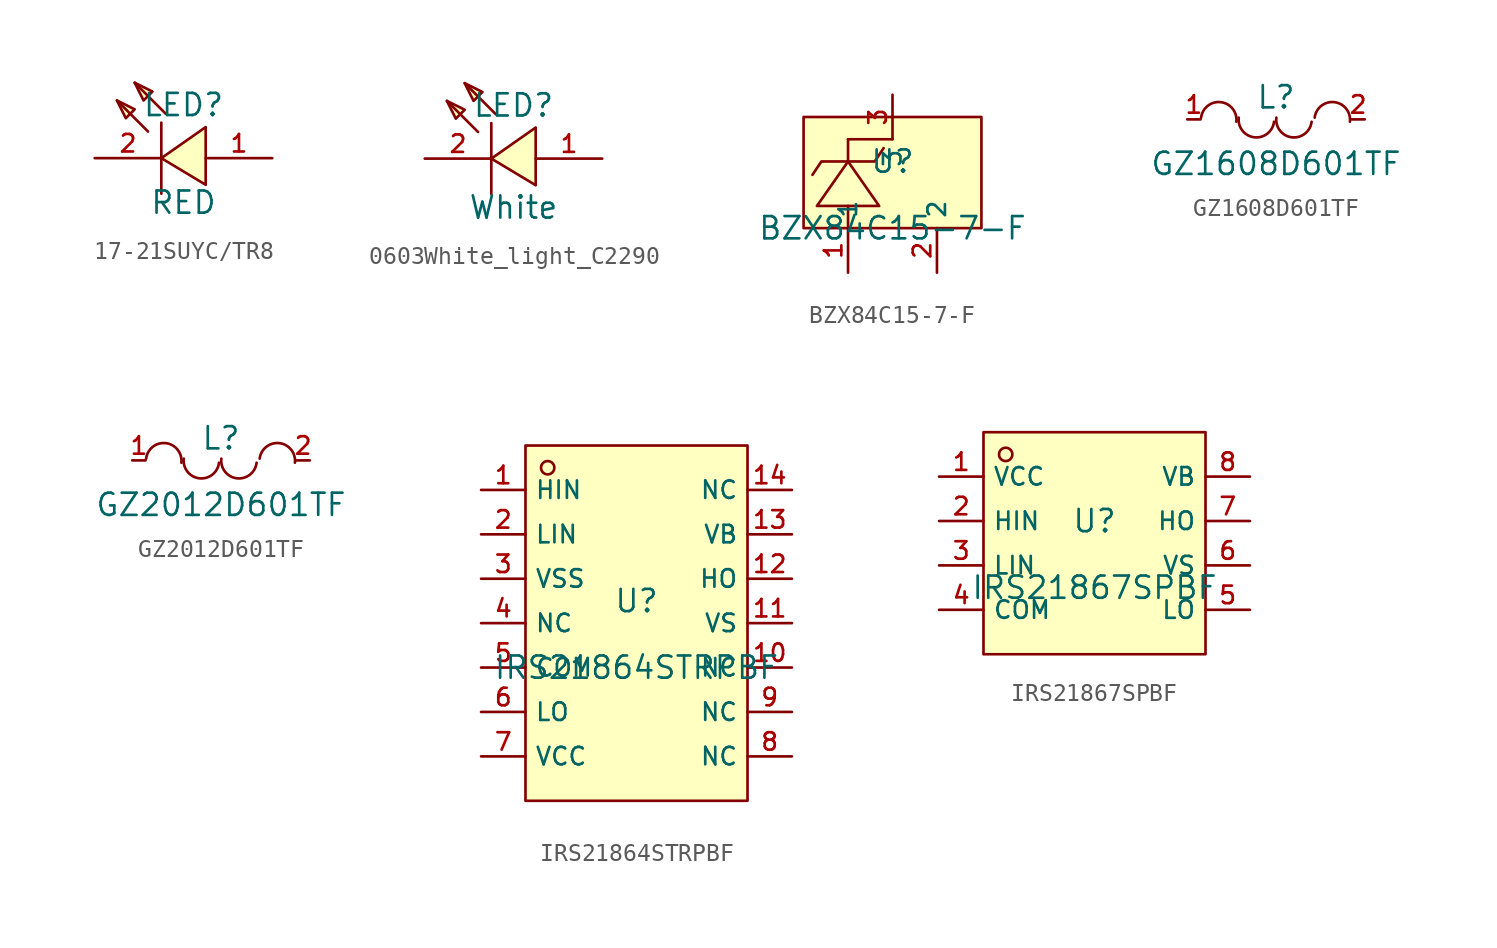
<source format=kicad_sym>
(kicad_symbol_lib
  (version 20231120)
  (generator "kicad_symbol_editor")
  (generator_version "8.0")
  (symbol "17-21SUYC/TR8"
    (pin_names hide)
    (property "Reference" "LED"
      (at 0 3.048 0)
      (effects (font (size 1.27 1.27))))
    (property "Value" "RED"
      (at 0 -2.54 0)
      (effects (font (size 1.27 1.27))))
    (symbol "17-21SUYC/TR8_0_1"
      (polyline (pts (xy -2.032 1.524) (xy -3.81 3.302)) (stroke (width 0) (type default)) (fill (type none)))
      (polyline (pts (xy -1.27 2.032) (xy -1.27 -2.032)) (stroke (width 0) (type default)) (fill (type none)))
      (polyline (pts (xy -1.016 2.54) (xy -2.794 4.318)) (stroke (width 0) (type default)) (fill (type none)))
      (polyline (pts (xy -3.81 3.302) (xy -2.794 2.794) (xy -3.302 2.286) (xy -3.81 3.302)) (stroke (width 0) (type default)) (fill (type background)))
      (polyline (pts (xy -2.794 4.318) (xy -1.778 3.81) (xy -2.286 3.302) (xy -2.794 4.318)) (stroke (width 0) (type default)) (fill (type background)))
      (polyline (pts (xy 1.27 -1.524) (xy -1.27 0) (xy 1.27 1.778) (xy 1.27 -1.524)) (stroke (width 0) (type default)) (fill (type background)))
      (pin passive line (at 5.08 0 180) (length 3.81) (name "+" (effects (font (size 1 1)))) (number "1" (effects (font (size 1 1)))))
      (pin passive line (at -5.08 0 0) (length 3.81) (name "-" (effects (font (size 1 1)))) (number "2" (effects (font (size 1 1)))))))
  (symbol "0603White_light_C2290"
    (pin_names hide)
    (property "Reference" "LED"
      (at 0 1.778 0)
      (effects (font (size 1.27 1.27))))
    (property "Value" "White"
      (at 0 -4.064 0)
      (effects (font (size 1.27 1.27))))
    (symbol "0603White_light_C2290_0_1"
      (polyline (pts (xy -2.032 0.254) (xy -3.81 2.032)) (stroke (width 0) (type default)) (fill (type none)))
      (polyline (pts (xy -1.27 0.762) (xy -1.27 -3.302)) (stroke (width 0) (type default)) (fill (type none)))
      (polyline (pts (xy -1.016 1.27) (xy -2.794 3.048)) (stroke (width 0) (type default)) (fill (type none)))
      (polyline (pts (xy -3.81 2.032) (xy -2.794 1.524) (xy -3.302 1.016) (xy -3.81 2.032)) (stroke (width 0) (type default)) (fill (type background)))
      (polyline (pts (xy -2.794 3.048) (xy -1.778 2.54) (xy -2.286 2.032) (xy -2.794 3.048)) (stroke (width 0) (type default)) (fill (type background)))
      (polyline (pts (xy 1.27 -2.794) (xy -1.27 -1.27) (xy 1.27 0.508) (xy 1.27 -2.794)) (stroke (width 0) (type default)) (fill (type background)))
      (pin passive line (at 5.08 -1.27 180) (length 3.81) (name "A" (effects (font (size 1 1)))) (number "1" (effects (font (size 1 1)))))
      (pin passive line (at -5.08 -1.27 0) (length 3.81) (name "K" (effects (font (size 1 1)))) (number "2" (effects (font (size 1 1)))))))
  (symbol "BZX84C15-7-F"
    (property "Reference" "U"
      (at 0 1.27 0)
      (effects (font (size 1.27 1.27))))
    (property "Value" "BZX84C15-7-F"
      (at 0 -2.54 0)
      (effects (font (size 1.27 1.27))))
    (symbol "BZX84C15-7-F_0_1"
      (polyline (pts (xy -2.54 2.54) (xy 0.0 2.54)) (stroke (width 0) (type default) (color 0 0 0 0)) (fill (type none)))
      (rectangle (start -5.08 3.81) (end 5.08 -2.54) (stroke (width 0) (type default) (color 0 0 0 0)) (fill (type background)))
      (pin unspecified line (at 2.54 -5.08 90) (length 2.54) (name "2" (effects (font (size 1 1)))) (number "2" (effects (font (size 1 1)))))
      (pin unspecified line (at -2.54 -5.08 90) (length 2.54) (name "1" (effects (font (size 1 1)))) (number "1" (effects (font (size 1 1)))))
      (pin unspecified line (at 0.0 5.08 270) (length 2.54) (name "3" (effects (font (size 1 1)))) (number "3" (effects (font (size 1 1)))))
      (polyline (pts (xy -0.762 -1.27) (xy -2.54 1.27) (xy -4.318 -1.27) (xy -0.762 -1.27)) (stroke (width 0) (type default) (color 0 0 0 0)) (fill (type background)))
      (polyline (pts (xy -0.508 2.032) (xy -1.016 1.27) (xy -4.064 1.27) (xy -4.572 0.508)) (stroke (width 0) (type default) (color 0 0 0 0)) (fill (type none)))
      (polyline (pts (xy -2.54 -2.54) (xy -2.54 -1.27)) (stroke (width 0) (type default) (color 0 0 0 0)) (fill (type none)))
      (polyline (pts (xy -2.54 1.27) (xy -2.54 2.54)) (stroke (width 0) (type default) (color 0 0 0 0)) (fill (type none)))))
  (symbol "GZ1608D601TF"
    (pin_names hide)
    (property "Reference" "L"
      (at 0 1.27 0)
      (effects (font (size 1.27 1.27))))
    (property "Value" "GZ1608D601TF"
      (at 0 -2.54 0)
      (effects (font (size 1.27 1.27))))
    (symbol "GZ1608D601TF_0_1"
      (arc (start -2.2674 -0.1341) (mid -3.1595 0.9883) (end -4.2858 0.1011) (stroke (width 0) (type default)) (fill (type none)))
      (arc (start -2.1318 0.1001) (mid -1.2405 -1.0269) (end -0.1135 -0.1357) (stroke (width 0) (type default)) (fill (type none)))
      (arc (start 0.0196 0.1001) (mid 0.9108 -1.0268) (end 2.0378 -0.1357) (stroke (width 0) (type default)) (fill (type none)))
      (arc (start 4.2312 -0.1341) (mid 3.339 0.9884) (end 2.2128 0.1011) (stroke (width 0) (type default)) (fill (type none)))
      (pin passive line (at -5.08 0 0) (length 0.762) (name "1" (effects (font (size 1 1)))) (number "1" (effects (font (size 1 1)))))
      (pin passive line (at 5.08 0 180) (length 0.762) (name "2" (effects (font (size 1 1)))) (number "2" (effects (font (size 1 1)))))))
  (symbol "GZ2012D601TF"
    (pin_names hide)
    (property "Reference" "L"
      (at 0 1.27 0)
      (effects (font (size 1.27 1.27))))
    (property "Value" "GZ2012D601TF"
      (at 0 -2.54 0)
      (effects (font (size 1.27 1.27))))
    (symbol "GZ2012D601TF_0_1"
      (arc (start -2.2674 -0.1341) (mid -3.1595 0.9883) (end -4.2858 0.1011) (stroke (width 0) (type default)) (fill (type none)))
      (arc (start -2.1318 0.1001) (mid -1.2405 -1.0269) (end -0.1135 -0.1357) (stroke (width 0) (type default)) (fill (type none)))
      (arc (start 0.0196 0.1001) (mid 0.9108 -1.0268) (end 2.0378 -0.1357) (stroke (width 0) (type default)) (fill (type none)))
      (arc (start 4.2312 -0.1341) (mid 3.339 0.9884) (end 2.2128 0.1011) (stroke (width 0) (type default)) (fill (type none)))
      (pin passive line (at -5.08 0 0) (length 0.762) (name "1" (effects (font (size 1 1)))) (number "1" (effects (font (size 1 1)))))
      (pin passive line (at 5.08 0 180) (length 0.762) (name "2" (effects (font (size 1 1)))) (number "2" (effects (font (size 1 1)))))))
  (symbol "IRS21864STRPBF"
    (property "Reference" "U"
      (at 0 1.27 0)
      (effects (font (size 1.27 1.27))))
    (property "Value" "IRS21864STRPBF"
      (at 0 -2.54 0)
      (effects (font (size 1.27 1.27))))
    (symbol "IRS21864STRPBF_0_1"
      (rectangle (start -6.35 10.16) (end 6.35 -10.16) (stroke (width 0) (type default) (color 0 0 0 0)) (fill (type background)))
      (circle (center -5.08 8.89) (radius 0.381) (stroke (width 0) (type default) (color 0 0 0 0)) (fill (type background)))
      (pin unspecified line (at -8.89 7.62 0) (length 2.54) (name "HIN" (effects (font (size 1 1)))) (number "1" (effects (font (size 1 1)))))
      (pin unspecified line (at -8.89 5.08 0) (length 2.54) (name "LIN" (effects (font (size 1 1)))) (number "2" (effects (font (size 1 1)))))
      (pin unspecified line (at -8.89 2.54 0) (length 2.54) (name "VSS" (effects (font (size 1 1)))) (number "3" (effects (font (size 1 1)))))
      (pin unspecified line (at -8.89 -0.0 0) (length 2.54) (name "NC" (effects (font (size 1 1)))) (number "4" (effects (font (size 1 1)))))
      (pin unspecified line (at -8.89 -2.54 0) (length 2.54) (name "COM" (effects (font (size 1 1)))) (number "5" (effects (font (size 1 1)))))
      (pin unspecified line (at -8.89 -5.08 0) (length 2.54) (name "LO" (effects (font (size 1 1)))) (number "6" (effects (font (size 1 1)))))
      (pin unspecified line (at -8.89 -7.62 0) (length 2.54) (name "VCC" (effects (font (size 1 1)))) (number "7" (effects (font (size 1 1)))))
      (pin unspecified line (at 8.89 -7.62 180) (length 2.54) (name "NC" (effects (font (size 1 1)))) (number "8" (effects (font (size 1 1)))))
      (pin unspecified line (at 8.89 -5.08 180) (length 2.54) (name "NC" (effects (font (size 1 1)))) (number "9" (effects (font (size 1 1)))))
      (pin unspecified line (at 8.89 -2.54 180) (length 2.54) (name "NC" (effects (font (size 1 1)))) (number "10" (effects (font (size 1 1)))))
      (pin unspecified line (at 8.89 -0.0 180) (length 2.54) (name "VS" (effects (font (size 1 1)))) (number "11" (effects (font (size 1 1)))))
      (pin unspecified line (at 8.89 2.54 180) (length 2.54) (name "HO" (effects (font (size 1 1)))) (number "12" (effects (font (size 1 1)))))
      (pin unspecified line (at 8.89 5.08 180) (length 2.54) (name "VB" (effects (font (size 1 1)))) (number "13" (effects (font (size 1 1)))))
      (pin unspecified line (at 8.89 7.62 180) (length 2.54) (name "NC" (effects (font (size 1 1)))) (number "14" (effects (font (size 1 1)))))))
  (symbol "IRS21867SPBF"
    (property "Reference" "U"
      (at 0 1.27 0)
      (effects (font (size 1.27 1.27))))
    (property "Value" "IRS21867SPBF"
      (at 0 -2.54 0)
      (effects (font (size 1.27 1.27))))
    (symbol "IRS21867SPBF_0_1"
      (rectangle (start -6.35 6.35) (end 6.35 -6.35) (stroke (width 0) (type default) (color 0 0 0 0)) (fill (type background)))
      (circle (center -5.08 5.08) (radius 0.381) (stroke (width 0) (type default) (color 0 0 0 0)) (fill (type background)))
      (pin unspecified line (at -8.89 3.81 0) (length 2.54) (name "VCC" (effects (font (size 1 1)))) (number "1" (effects (font (size 1 1)))))
      (pin unspecified line (at -8.89 1.27 0) (length 2.54) (name "HIN" (effects (font (size 1 1)))) (number "2" (effects (font (size 1 1)))))
      (pin unspecified line (at -8.89 -1.27 0) (length 2.54) (name "LIN" (effects (font (size 1 1)))) (number "3" (effects (font (size 1 1)))))
      (pin unspecified line (at -8.89 -3.81 0) (length 2.54) (name "COM" (effects (font (size 1 1)))) (number "4" (effects (font (size 1 1)))))
      (pin unspecified line (at 8.89 -3.81 180) (length 2.54) (name "LO" (effects (font (size 1 1)))) (number "5" (effects (font (size 1 1)))))
      (pin unspecified line (at 8.89 -1.27 180) (length 2.54) (name "VS" (effects (font (size 1 1)))) (number "6" (effects (font (size 1 1)))))
      (pin unspecified line (at 8.89 1.27 180) (length 2.54) (name "HO" (effects (font (size 1 1)))) (number "7" (effects (font (size 1 1)))))
      (pin unspecified line (at 8.89 3.81 180) (length 2.54) (name "VB" (effects (font (size 1 1)))) (number "8" (effects (font (size 1 1))))))))
</source>
